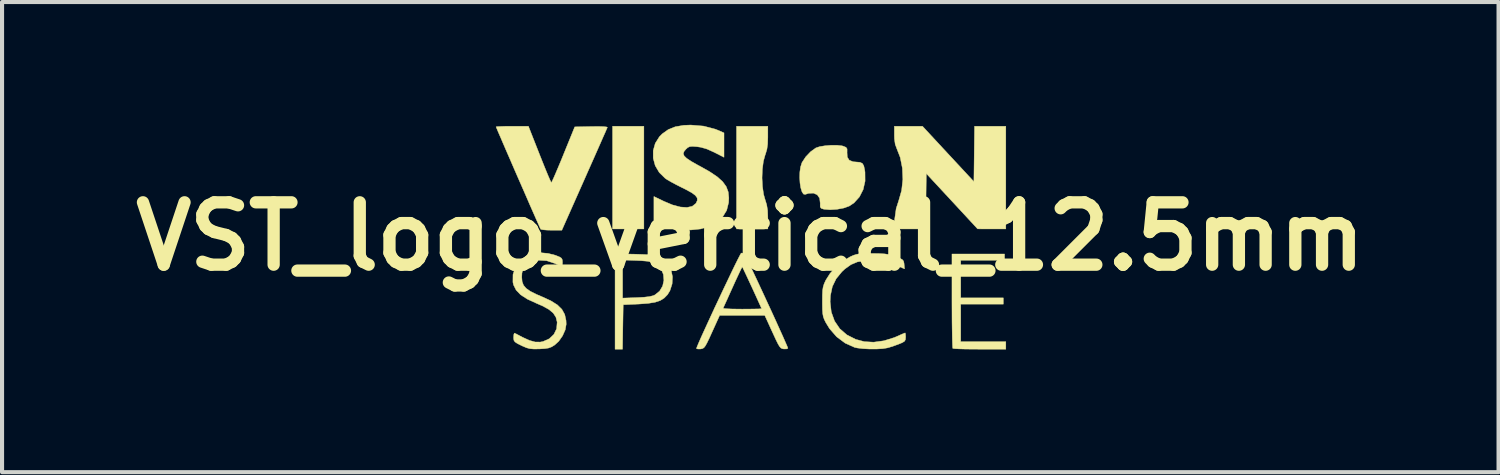
<source format=kicad_pcb>
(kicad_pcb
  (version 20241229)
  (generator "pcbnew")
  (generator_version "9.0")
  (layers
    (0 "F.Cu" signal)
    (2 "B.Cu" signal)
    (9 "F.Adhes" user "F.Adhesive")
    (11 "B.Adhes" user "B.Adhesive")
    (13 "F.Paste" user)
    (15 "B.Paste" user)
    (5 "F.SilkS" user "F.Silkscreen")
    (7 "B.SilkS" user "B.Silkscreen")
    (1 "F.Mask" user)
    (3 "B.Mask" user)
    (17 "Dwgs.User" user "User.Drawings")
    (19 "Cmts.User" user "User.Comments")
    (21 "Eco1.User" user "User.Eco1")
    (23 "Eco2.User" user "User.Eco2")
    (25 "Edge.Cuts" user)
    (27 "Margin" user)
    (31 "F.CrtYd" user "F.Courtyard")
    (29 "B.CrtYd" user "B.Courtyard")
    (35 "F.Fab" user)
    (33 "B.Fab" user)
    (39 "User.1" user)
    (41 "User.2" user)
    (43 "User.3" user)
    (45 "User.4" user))
  (footprint "VST_logo_vertical_12.5mm"
    (layer "F.Cu")
    (at 15.284 2.728)
    (property "Reference" "VST_logo_vertical_12.5mm" (at 0 0 0) (layer "F.SilkS") (effects (font (size 1.524 1.524) (thickness 0.3))))
    (attr through_hole)
    (fp_poly (pts (xy -2.601 -0.184) (xy -3.366 -0.184) (xy -3.366 -2.693) (xy -2.601 -2.693) (xy -2.601 -0.184)) (stroke (width 0.01) (type solid)) (fill yes) (layer "F.SilkS"))
    (fp_poly (pts (xy 0.428 -2.425) (xy 0.423 -2.259) (xy 0.405 -2.129) (xy 0.37 -2.011) (xy 0.361 -1.989) (xy 0.319 -1.836) (xy 0.294 -1.643) (xy 0.286 -1.432) (xy 0.297 -1.22) (xy 0.324 -1.03) (xy 0.36 -0.904) (xy 0.4 -0.774) (xy 0.422 -0.636) (xy 0.428 -0.466) (xy 0.428 -0.452) (xy 0.428 -0.184) (xy -0.337 -0.184) (xy -0.337 -2.693) (xy 0.428 -2.693) (xy 0.428 -2.425)) (stroke (width 0.01) (type solid)) (fill yes) (layer "F.SilkS"))
    (fp_poly (pts (xy 6.243 -0.184) (xy 5.554 -0.185) (xy 4.927 -0.862) (xy 4.3 -1.538) (xy 4.283 -0.184) (xy 3.515 -0.184) (xy 3.527 -0.421) (xy 3.564 -0.683) (xy 3.625 -0.872) (xy 3.697 -1.124) (xy 3.727 -1.395) (xy 3.715 -1.67) (xy 3.663 -1.931) (xy 3.581 -2.142) (xy 3.54 -2.252) (xy 3.521 -2.391) (xy 3.519 -2.478) (xy 3.519 -2.693) (xy 4.208 -2.692) (xy 4.835 -2.016) (xy 5.463 -1.34) (xy 5.479 -2.693) (xy 6.243 -2.693) (xy 6.243 -0.184)) (stroke (width 0.01) (type solid)) (fill yes) (layer "F.SilkS"))
    (fp_poly (pts (xy 6.212 0.581) (xy 5.141 0.581) (xy 5.141 1.5) (xy 6.182 1.5) (xy 6.182 1.653) (xy 5.141 1.653) (xy 5.141 2.571) (xy 6.243 2.571) (xy 6.243 2.754) (xy 5.605 2.754) (xy 5.414 2.753) (xy 5.243 2.751) (xy 5.103 2.747) (xy 5.003 2.742) (xy 4.952 2.736) (xy 4.947 2.734) (xy 4.943 2.7) (xy 4.939 2.611) (xy 4.935 2.475) (xy 4.932 2.298) (xy 4.929 2.088) (xy 4.928 1.851) (xy 4.927 1.594) (xy 4.927 1.571) (xy 4.927 0.428) (xy 6.212 0.428) (xy 6.212 0.581)) (stroke (width 0.01) (type solid)) (fill yes) (layer "F.SilkS"))
    (fp_poly (pts (xy -2.808 0.433) (xy -2.596 0.44) (xy -2.434 0.45) (xy -2.312 0.468) (xy -2.219 0.498) (xy -2.144 0.541) (xy -2.078 0.602) (xy -2.014 0.676) (xy -1.936 0.818) (xy -1.902 0.985) (xy -1.911 1.159) (xy -1.964 1.324) (xy -2.024 1.422) (xy -2.104 1.504) (xy -2.201 1.565) (xy -2.327 1.607) (xy -2.492 1.634) (xy -2.706 1.65) (xy -2.724 1.651) (xy -3.106 1.668) (xy -3.115 2.211) (xy -3.123 2.754) (xy -3.305 2.754) (xy -3.305 1.506) (xy -3.121 1.506) (xy -2.777 1.494) (xy -2.596 1.484) (xy -2.465 1.469) (xy -2.372 1.446) (xy -2.332 1.428) (xy -2.216 1.335) (xy -2.143 1.212) (xy -2.112 1.072) (xy -2.124 0.929) (xy -2.179 0.797) (xy -2.276 0.689) (xy -2.332 0.653) (xy -2.406 0.625) (xy -2.513 0.605) (xy -2.664 0.592) (xy -2.777 0.587) (xy -3.121 0.575) (xy -3.121 1.506) (xy -3.305 1.506) (xy -3.305 0.423) (xy -2.808 0.433)) (stroke (width 0.01) (type solid)) (fill yes) (layer "F.SilkS"))
    (fp_poly (pts (xy 2.123 -2.228) (xy 2.239 -2.215) (xy 2.269 -2.207) (xy 2.337 -2.179) (xy 2.364 -2.14) (xy 2.364 -2.068) (xy 2.363 -2.058) (xy 2.369 -1.94) (xy 2.417 -1.864) (xy 2.51 -1.826) (xy 2.585 -1.82) (xy 2.679 -1.812) (xy 2.738 -1.785) (xy 2.773 -1.725) (xy 2.795 -1.621) (xy 2.802 -1.573) (xy 2.804 -1.352) (xy 2.757 -1.146) (xy 2.665 -0.966) (xy 2.533 -0.82) (xy 2.417 -0.743) (xy 2.284 -0.695) (xy 2.119 -0.664) (xy 1.95 -0.653) (xy 1.804 -0.665) (xy 1.79 -0.668) (xy 1.732 -0.687) (xy 1.708 -0.722) (xy 1.707 -0.792) (xy 1.708 -0.812) (xy 1.694 -0.933) (xy 1.637 -1.017) (xy 1.544 -1.059) (xy 1.423 -1.054) (xy 1.343 -1.028) (xy 1.299 -1.036) (xy 1.262 -1.093) (xy 1.233 -1.187) (xy 1.214 -1.306) (xy 1.206 -1.439) (xy 1.21 -1.574) (xy 1.228 -1.698) (xy 1.26 -1.8) (xy 1.264 -1.809) (xy 1.354 -1.946) (xy 1.474 -2.072) (xy 1.602 -2.164) (xy 1.605 -2.165) (xy 1.698 -2.196) (xy 1.83 -2.217) (xy 1.979 -2.229) (xy 2.123 -2.228)) (stroke (width 0.01) (type solid)) (fill yes) (layer "F.SilkS"))
    (fp_poly (pts (xy -5.151 -2.005) (xy -5.075 -1.814) (xy -5.006 -1.643) (xy -4.947 -1.5) (xy -4.901 -1.394) (xy -4.871 -1.331) (xy -4.862 -1.317) (xy -4.846 -1.344) (xy -4.81 -1.42) (xy -4.759 -1.537) (xy -4.695 -1.688) (xy -4.621 -1.864) (xy -4.567 -1.997) (xy -4.29 -2.678) (xy -3.887 -2.686) (xy -3.715 -2.688) (xy -3.589 -2.684) (xy -3.513 -2.676) (xy -3.493 -2.665) (xy -3.508 -2.632) (xy -3.544 -2.548) (xy -3.601 -2.421) (xy -3.674 -2.254) (xy -3.762 -2.055) (xy -3.862 -1.829) (xy -3.972 -1.582) (xy -4.055 -1.394) (xy -4.606 -0.153) (xy -4.856 -0.153) (xy -4.974 -0.156) (xy -5.066 -0.164) (xy -5.117 -0.174) (xy -5.123 -0.178) (xy -5.139 -0.212) (xy -5.176 -0.295) (xy -5.231 -0.419) (xy -5.301 -0.578) (xy -5.383 -0.764) (xy -5.473 -0.972) (xy -5.57 -1.194) (xy -5.67 -1.422) (xy -5.77 -1.651) (xy -5.866 -1.874) (xy -5.957 -2.082) (xy -6.038 -2.27) (xy -6.107 -2.431) (xy -6.162 -2.557) (xy -6.197 -2.641) (xy -6.212 -2.678) (xy -6.212 -2.679) (xy -6.184 -2.684) (xy -6.105 -2.688) (xy -5.988 -2.692) (xy -5.844 -2.693) (xy -5.817 -2.693) (xy -5.422 -2.693) (xy -5.151 -2.005)) (stroke (width 0.01) (type solid)) (fill yes) (layer "F.SilkS"))
    (fp_poly (pts (xy -1.142 -2.697) (xy -0.853 -2.621) (xy -0.757 -2.582) (xy -0.643 -2.531) (xy -0.643 -1.935) (xy -0.88 -2.056) (xy -1.055 -2.135) (xy -1.208 -2.18) (xy -1.306 -2.194) (xy -1.413 -2.202) (xy -1.481 -2.196) (xy -1.53 -2.172) (xy -1.573 -2.133) (xy -1.621 -2.075) (xy -1.637 -2.023) (xy -1.617 -1.969) (xy -1.556 -1.91) (xy -1.451 -1.839) (xy -1.296 -1.751) (xy -1.223 -1.712) (xy -0.989 -1.58) (xy -0.808 -1.458) (xy -0.677 -1.34) (xy -0.589 -1.219) (xy -0.54 -1.088) (xy -0.525 -0.942) (xy -0.531 -0.828) (xy -0.578 -0.639) (xy -0.676 -0.478) (xy -0.819 -0.346) (xy -1 -0.247) (xy -1.214 -0.184) (xy -1.456 -0.159) (xy -1.72 -0.175) (xy -1.866 -0.201) (xy -1.999 -0.233) (xy -2.133 -0.271) (xy -2.211 -0.296) (xy -2.356 -0.349) (xy -2.356 -0.977) (xy -2.111 -0.859) (xy -1.899 -0.77) (xy -1.709 -0.72) (xy -1.547 -0.709) (xy -1.42 -0.737) (xy -1.333 -0.805) (xy -1.326 -0.815) (xy -1.295 -0.882) (xy -1.299 -0.943) (xy -1.344 -1.004) (xy -1.435 -1.071) (xy -1.576 -1.148) (xy -1.659 -1.189) (xy -1.798 -1.259) (xy -1.927 -1.328) (xy -2.03 -1.387) (xy -2.08 -1.421) (xy -2.226 -1.564) (xy -2.324 -1.731) (xy -2.373 -1.913) (xy -2.373 -2.098) (xy -2.323 -2.276) (xy -2.222 -2.437) (xy -2.153 -2.507) (xy -2.004 -2.613) (xy -1.833 -2.681) (xy -1.629 -2.716) (xy -1.456 -2.723) (xy -1.142 -2.697)) (stroke (width 0.01) (type solid)) (fill yes) (layer "F.SilkS"))
    (fp_poly (pts (xy 2.984 0.415) (xy 3.155 0.418) (xy 3.282 0.426) (xy 3.384 0.441) (xy 3.478 0.466) (xy 3.55 0.492) (xy 3.655 0.533) (xy 3.715 0.566) (xy 3.744 0.602) (xy 3.756 0.654) (xy 3.758 0.679) (xy 3.768 0.791) (xy 3.544 0.697) (xy 3.411 0.646) (xy 3.289 0.615) (xy 3.15 0.597) (xy 3.03 0.589) (xy 2.803 0.59) (xy 2.617 0.621) (xy 2.458 0.688) (xy 2.31 0.794) (xy 2.238 0.861) (xy 2.096 1.035) (xy 2.004 1.225) (xy 1.958 1.443) (xy 1.95 1.595) (xy 1.978 1.845) (xy 2.058 2.067) (xy 2.186 2.255) (xy 2.36 2.405) (xy 2.575 2.514) (xy 2.785 2.57) (xy 3.014 2.583) (xy 3.263 2.549) (xy 3.518 2.47) (xy 3.602 2.434) (xy 3.693 2.393) (xy 3.759 2.365) (xy 3.783 2.356) (xy 3.791 2.383) (xy 3.795 2.449) (xy 3.795 2.46) (xy 3.79 2.521) (xy 3.767 2.561) (xy 3.711 2.595) (xy 3.634 2.627) (xy 3.517 2.67) (xy 3.4 2.708) (xy 3.351 2.722) (xy 3.235 2.741) (xy 3.082 2.75) (xy 2.913 2.75) (xy 2.749 2.741) (xy 2.611 2.724) (xy 2.548 2.71) (xy 2.317 2.606) (xy 2.109 2.451) (xy 1.935 2.251) (xy 1.844 2.103) (xy 1.807 2.028) (xy 1.783 1.961) (xy 1.769 1.885) (xy 1.762 1.784) (xy 1.76 1.642) (xy 1.76 1.591) (xy 1.761 1.434) (xy 1.766 1.321) (xy 1.779 1.237) (xy 1.801 1.164) (xy 1.835 1.087) (xy 1.844 1.068) (xy 1.951 0.9) (xy 2.101 0.736) (xy 2.274 0.594) (xy 2.44 0.496) (xy 2.521 0.46) (xy 2.594 0.437) (xy 2.674 0.423) (xy 2.778 0.416) (xy 2.921 0.415) (xy 2.984 0.415)) (stroke (width 0.01) (type solid)) (fill yes) (layer "F.SilkS"))
    (fp_poly (pts (xy -4.941 0.414) (xy -4.762 0.46) (xy -4.76 0.461) (xy -4.665 0.499) (xy -4.614 0.531) (xy -4.594 0.572) (xy -4.59 0.63) (xy -4.594 0.7) (xy -4.601 0.734) (xy -4.603 0.734) (xy -4.635 0.723) (xy -4.705 0.692) (xy -4.779 0.658) (xy -4.977 0.592) (xy -5.164 0.581) (xy -5.334 0.625) (xy -5.481 0.722) (xy -5.508 0.749) (xy -5.557 0.815) (xy -5.58 0.892) (xy -5.585 0.995) (xy -5.576 1.102) (xy -5.543 1.191) (xy -5.479 1.267) (xy -5.377 1.339) (xy -5.228 1.414) (xy -5.092 1.472) (xy -4.876 1.571) (xy -4.716 1.671) (xy -4.604 1.781) (xy -4.535 1.906) (xy -4.503 2.053) (xy -4.499 2.144) (xy -4.523 2.281) (xy -4.588 2.427) (xy -4.681 2.56) (xy -4.78 2.651) (xy -4.854 2.697) (xy -4.927 2.725) (xy -5.02 2.74) (xy -5.152 2.748) (xy -5.154 2.748) (xy -5.287 2.75) (xy -5.384 2.742) (xy -5.47 2.719) (xy -5.57 2.676) (xy -5.593 2.665) (xy -5.693 2.615) (xy -5.751 2.576) (xy -5.777 2.537) (xy -5.784 2.484) (xy -5.784 2.462) (xy -5.778 2.393) (xy -5.765 2.362) (xy -5.761 2.362) (xy -5.723 2.38) (xy -5.649 2.419) (xy -5.57 2.461) (xy -5.4 2.539) (xy -5.26 2.578) (xy -5.134 2.58) (xy -5.065 2.567) (xy -4.912 2.499) (xy -4.8 2.392) (xy -4.733 2.255) (xy -4.72 2.097) (xy -4.721 2.089) (xy -4.75 1.973) (xy -4.814 1.874) (xy -4.92 1.784) (xy -5.074 1.699) (xy -5.228 1.632) (xy -5.448 1.531) (xy -5.611 1.426) (xy -5.722 1.311) (xy -5.786 1.184) (xy -5.801 1.117) (xy -5.799 0.93) (xy -5.743 0.755) (xy -5.636 0.601) (xy -5.484 0.48) (xy -5.444 0.457) (xy -5.302 0.412) (xy -5.127 0.397) (xy -4.941 0.414)) (stroke (width 0.01) (type solid)) (fill yes) (layer "F.SilkS"))
    (fp_poly (pts (xy -0.165 0.409) (xy -0.148 0.421) (xy -0.13 0.454) (xy -0.089 0.536) (xy -0.03 0.659) (xy 0.045 0.816) (xy 0.131 0.999) (xy 0.226 1.203) (xy 0.326 1.418) (xy 0.428 1.639) (xy 0.529 1.857) (xy 0.625 2.067) (xy 0.712 2.26) (xy 0.789 2.429) (xy 0.85 2.568) (xy 0.894 2.668) (xy 0.916 2.723) (xy 0.918 2.731) (xy 0.892 2.747) (xy 0.827 2.749) (xy 0.82 2.749) (xy 0.781 2.742) (xy 0.748 2.726) (xy 0.716 2.691) (xy 0.678 2.628) (xy 0.629 2.53) (xy 0.563 2.387) (xy 0.538 2.333) (xy 0.353 1.928) (xy -0.75 1.929) (xy -0.934 2.334) (xy -1.006 2.492) (xy -1.06 2.603) (xy -1.1 2.675) (xy -1.133 2.717) (xy -1.166 2.738) (xy -1.202 2.747) (xy -1.217 2.749) (xy -1.284 2.749) (xy -1.316 2.739) (xy -1.316 2.737) (xy -1.303 2.699) (xy -1.268 2.614) (xy -1.213 2.488) (xy -1.141 2.329) (xy -1.056 2.144) (xy -0.962 1.94) (xy -0.875 1.752) (xy -0.665 1.752) (xy -0.64 1.76) (xy -0.565 1.767) (xy -0.448 1.772) (xy -0.3 1.774) (xy -0.201 1.775) (xy -0.038 1.774) (xy 0.101 1.772) (xy 0.206 1.77) (xy 0.265 1.766) (xy 0.275 1.764) (xy 0.263 1.734) (xy 0.23 1.66) (xy 0.181 1.552) (xy 0.121 1.42) (xy 0.055 1.276) (xy -0.013 1.13) (xy -0.076 0.994) (xy -0.131 0.877) (xy -0.172 0.791) (xy -0.194 0.746) (xy -0.196 0.742) (xy -0.211 0.766) (xy -0.246 0.837) (xy -0.298 0.947) (xy -0.363 1.086) (xy -0.429 1.232) (xy -0.502 1.393) (xy -0.566 1.536) (xy -0.618 1.649) (xy -0.652 1.725) (xy -0.665 1.752) (xy -0.875 1.752) (xy -0.862 1.724) (xy -0.758 1.503) (xy -0.655 1.284) (xy -0.555 1.075) (xy -0.463 0.882) (xy -0.381 0.712) (xy -0.312 0.573) (xy -0.26 0.472) (xy -0.229 0.415) (xy -0.221 0.406) (xy -0.165 0.409)) (stroke (width 0.01) (type solid)) (fill yes) (layer "F.SilkS")))
  (gr_rect
    (start -3 -3)
    (end 33.567 8.487)
    (stroke (width 0.1) (type default))
    (fill no)
    (layer "Edge.Cuts")))
</source>
